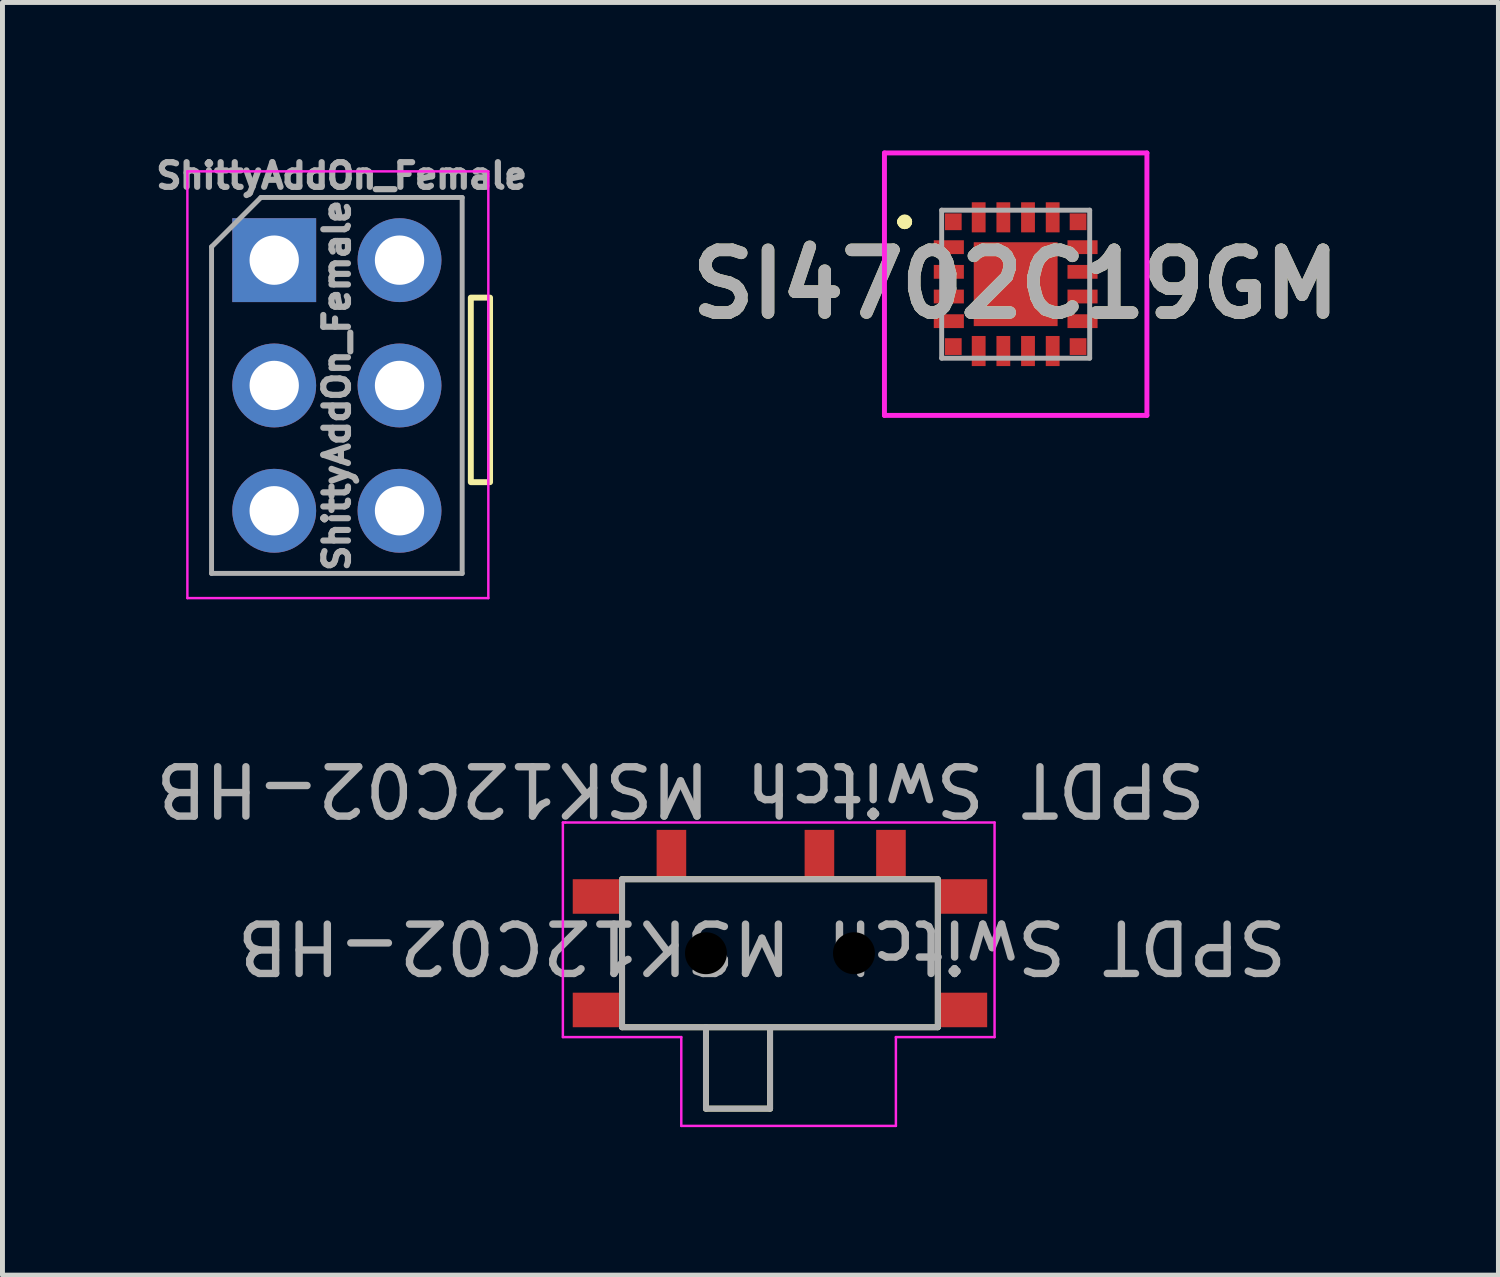
<source format=kicad_pcb>
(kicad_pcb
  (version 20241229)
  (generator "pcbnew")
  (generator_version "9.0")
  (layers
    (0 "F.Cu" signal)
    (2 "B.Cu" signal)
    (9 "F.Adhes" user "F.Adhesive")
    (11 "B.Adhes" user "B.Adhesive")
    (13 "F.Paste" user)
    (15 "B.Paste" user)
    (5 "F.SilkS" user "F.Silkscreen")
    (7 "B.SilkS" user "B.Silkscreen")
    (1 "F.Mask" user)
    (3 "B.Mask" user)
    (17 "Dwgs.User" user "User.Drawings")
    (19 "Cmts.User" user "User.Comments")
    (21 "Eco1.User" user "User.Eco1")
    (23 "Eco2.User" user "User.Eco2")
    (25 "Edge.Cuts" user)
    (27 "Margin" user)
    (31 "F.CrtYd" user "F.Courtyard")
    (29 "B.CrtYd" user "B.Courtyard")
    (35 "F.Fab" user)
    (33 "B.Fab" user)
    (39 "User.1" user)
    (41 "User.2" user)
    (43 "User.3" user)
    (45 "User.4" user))
  (footprint "SPDT Switch MSK12C02-HB"
    (layer "F.Cu")
    (at 12.759 16.271)
    (property "Reference" "SPDT Switch MSK12C02-HB" (at -0.365 -0.135 180) (unlocked yes) (layer "F.Fab") (effects (font (size 1 1) (thickness 0.15))))
    (attr smd)
    (fp_line (start -3.2 -1.5) (end 3.2 -1.5) (stroke (width 0.12) (type solid)) (layer "F.SilkS"))
    (fp_line (start -3.2 1.5) (end -3.2 -1.5) (stroke (width 0.12) (type solid)) (layer "F.SilkS"))
    (fp_line (start -1.5 3.15) (end -1.5 1.5) (stroke (width 0.12) (type solid)) (layer "F.SilkS"))
    (fp_line (start -0.2 1.55) (end -0.2 3.15) (stroke (width 0.12) (type solid)) (layer "F.SilkS"))
    (fp_line (start -0.2 3.15) (end -1.5 3.15) (stroke (width 0.12) (type solid)) (layer "F.SilkS"))
    (fp_line (start 3.2 -1.5) (end 3.2 1.5) (stroke (width 0.12) (type solid)) (layer "F.SilkS"))
    (fp_line (start 3.2 1.5) (end -3.2 1.5) (stroke (width 0.12) (type solid)) (layer "F.SilkS"))
    (fp_line (start -4.4 -2.65) (end -4.35 -2.65) (stroke (width 0.05) (type solid)) (layer "F.CrtYd"))
    (fp_line (start -4.4 1.7) (end -4.4 -2.65) (stroke (width 0.05) (type solid)) (layer "F.CrtYd"))
    (fp_line (start -4.35 -2.65) (end 4.35 -2.65) (stroke (width 0.05) (type solid)) (layer "F.CrtYd"))
    (fp_line (start -2 1.7) (end -4.4 1.7) (stroke (width 0.05) (type solid)) (layer "F.CrtYd"))
    (fp_line (start -2 3.5) (end -2 1.7) (stroke (width 0.05) (type solid)) (layer "F.CrtYd"))
    (fp_line (start 2.35 1.7) (end 2.35 3.5) (stroke (width 0.05) (type solid)) (layer "F.CrtYd"))
    (fp_line (start 2.35 3.5) (end -2 3.5) (stroke (width 0.05) (type solid)) (layer "F.CrtYd"))
    (fp_line (start 4.35 -2.65) (end 4.35 1.7) (stroke (width 0.05) (type solid)) (layer "F.CrtYd"))
    (fp_line (start 4.35 1.7) (end 2.35 1.7) (stroke (width 0.05) (type solid)) (layer "F.CrtYd"))
    (fp_line (start -3.2 -1.5) (end 3.2 -1.5) (stroke (width 0.12) (type solid)) (layer "F.Fab"))
    (fp_line (start -3.2 1.5) (end -3.2 -1.5) (stroke (width 0.12) (type solid)) (layer "F.Fab"))
    (fp_line (start -1.5 3.15) (end -1.5 1.5) (stroke (width 0.12) (type solid)) (layer "F.Fab"))
    (fp_line (start -0.2 1.55) (end -0.2 3.15) (stroke (width 0.12) (type solid)) (layer "F.Fab"))
    (fp_line (start -0.2 3.15) (end -1.5 3.15) (stroke (width 0.12) (type solid)) (layer "F.Fab"))
    (fp_line (start 3.2 -1.5) (end 3.2 1.5) (stroke (width 0.12) (type solid)) (layer "F.Fab"))
    (fp_line (start 3.2 1.5) (end -3.2 1.5) (stroke (width 0.12) (type solid)) (layer "F.Fab"))
    (fp_text user "${REFERENCE}" (at -2.015 -3.325 180) (unlocked yes) (layer "F.Fab") (effects (font (size 1 1) (thickness 0.15))))
    (pad "" np_thru_hole circle (at -1.5 0) (size 0.85 0.85) (drill 0.85) (layers "*.Mask"))
    (pad "" np_thru_hole circle (at 1.5 0) (size 0.85 0.85) (drill 0.85) (layers "*.Mask"))
    (pad "1" smd rect (at -2.2 -2) (size 0.6 1) (layers "F.Cu" "F.Mask" "F.Paste"))
    (pad "2" smd rect (at 0.8 -2) (size 0.6 1) (layers "F.Cu" "F.Mask" "F.Paste"))
    (pad "3" smd rect (at 2.25 -2) (size 0.6 1) (layers "F.Cu" "F.Mask" "F.Paste"))
    (pad "4" smd rect (at -3.7 -1.15) (size 1 0.7) (layers "F.Cu" "F.Mask" "F.Paste"))
    (pad "4" smd rect (at -3.7 1.15) (size 1 0.7) (layers "F.Cu" "F.Mask" "F.Paste"))
    (pad "4" smd rect (at 3.7 -1.15) (size 1 0.7) (layers "F.Cu" "F.Mask" "F.Paste"))
    (pad "4" smd rect (at 3.7 1.15) (size 1 0.7) (layers "F.Cu" "F.Mask" "F.Paste")))
  (footprint "ShittyAddOn_Female"
    (layer "F.Cu")
    (at 5.088 2.223)
    (property "Reference" "ShittyAddOn_Female" (at -1.213 -1.711 0) (layer "F.Fab") (effects (font (size 0.5 0.5) (thickness 0.15))))
    (attr through_hole)
    (fp_rect (start 1.795 0.76) (end 1.405 4.5) (stroke (width 0.12) (type solid)) (fill no) (layer "F.SilkS"))
    (fp_line (start -4.34 -1.8) (end -4.34 6.85) (stroke (width 0.05) (type solid)) (layer "F.CrtYd"))
    (fp_line (start -4.34 6.85) (end 1.76 6.85) (stroke (width 0.05) (type solid)) (layer "F.CrtYd"))
    (fp_line (start 1.76 -1.8) (end -4.34 -1.8) (stroke (width 0.05) (type solid)) (layer "F.CrtYd"))
    (fp_line (start 1.76 6.85) (end 1.76 -1.8) (stroke (width 0.05) (type solid)) (layer "F.CrtYd"))
    (fp_line (start -3.85 -0.27) (end -3.85 6.35) (stroke (width 0.1) (type solid)) (layer "F.Fab"))
    (fp_line (start -3.85 6.35) (end 1.23 6.35) (stroke (width 0.1) (type solid)) (layer "F.Fab"))
    (fp_line (start -2.85 -1.27) (end -3.85 -0.27) (stroke (width 0.1) (type solid)) (layer "F.Fab"))
    (fp_line (start 1.23 -1.27) (end -2.85 -1.27) (stroke (width 0.1) (type solid)) (layer "F.Fab"))
    (fp_line (start 1.23 6.35) (end 1.23 -1.27) (stroke (width 0.1) (type solid)) (layer "F.Fab"))
    (fp_text user "${REFERENCE}" (at -1.31 2.54 270) (layer "F.Fab") (effects (font (size 0.5 0.5) (thickness 0.15))))
    (pad "3V3" thru_hole oval (at -0.04 0) (size 1.7 1.7) (drill 1) (layers "*.Cu" "*.Mask"))
    (pad "GND" thru_hole rect (at -2.58 0) (size 1.7 1.7) (drill 1) (layers "*.Cu" "*.Mask"))
    (pad "GP1" thru_hole oval (at -0.04 5.08) (size 1.7 1.7) (drill 1) (layers "*.Cu" "*.Mask"))
    (pad "GP2" thru_hole oval (at -2.58 5.08) (size 1.7 1.7) (drill 1) (layers "*.Cu" "*.Mask"))
    (pad "SCL" thru_hole oval (at -2.58 2.54) (size 1.7 1.7) (drill 1) (layers "*.Cu" "*.Mask"))
    (pad "SDA" thru_hole oval (at -0.04 2.54) (size 1.7 1.7) (drill 1) (layers "*.Cu" "*.Mask")))
  (footprint "SI4702C19GM"
    (layer "F.Cu")
    (at 17.537 2.71)
    (property "Reference" "SI4702C19GM" (at 0 0 0) (layer "F.SilkS") (effects (font (size 1.27 1.27) (thickness 0.254))))
    (attr smd)
    (fp_line (start -2.3 -1.265) (end -2.3 -1.265) (stroke (width 0.2) (type solid)) (layer "F.SilkS"))
    (fp_line (start -2.3 -1.265) (end -2.3 -1.265) (stroke (width 0.2) (type solid)) (layer "F.SilkS"))
    (fp_line (start -2.2 -1.265) (end -2.2 -1.265) (stroke (width 0.2) (type solid)) (layer "F.SilkS"))
    (fp_arc (start -2.3 -1.265) (mid -2.25 -1.315) (end -2.2 -1.265) (stroke (width 0.2) (type solid)) (layer "F.SilkS"))
    (fp_arc (start -2.2 -1.265) (mid -2.25 -1.215) (end -2.3 -1.265) (stroke (width 0.2) (type solid)) (layer "F.SilkS"))
    (fp_arc (start -2.2 -1.265) (mid -2.25 -1.215) (end -2.3 -1.265) (stroke (width 0.2) (type solid)) (layer "F.SilkS"))
    (fp_line (start -2.66 -2.66) (end 2.66 -2.66) (stroke (width 0.1) (type solid)) (layer "F.CrtYd"))
    (fp_line (start -2.66 2.66) (end -2.66 -2.66) (stroke (width 0.1) (type solid)) (layer "F.CrtYd"))
    (fp_line (start 2.66 -2.66) (end 2.66 2.66) (stroke (width 0.1) (type solid)) (layer "F.CrtYd"))
    (fp_line (start 2.66 2.66) (end -2.66 2.66) (stroke (width 0.1) (type solid)) (layer "F.CrtYd"))
    (fp_line (start -1.5 -1.5) (end -1.5 1.5) (stroke (width 0.1) (type solid)) (layer "F.Fab"))
    (fp_line (start -1.5 1.5) (end 1.5 1.5) (stroke (width 0.1) (type solid)) (layer "F.Fab"))
    (fp_line (start 1.5 -1.5) (end -1.5 -1.5) (stroke (width 0.1) (type solid)) (layer "F.Fab"))
    (fp_line (start 1.5 1.5) (end 1.5 -1.5) (stroke (width 0.1) (type solid)) (layer "F.Fab"))
    (fp_text user "${REFERENCE}" (at 0 0 0) (layer "F.Fab") (effects (font (size 1.27 1.27) (thickness 0.254))))
    (pad "1" smd rect (at -1.265 -1.265 90) (size 0.34 0.34) (layers "F.Cu" "F.Mask" "F.Paste"))
    (pad "2" smd rect (at -1.355 -0.75 90) (size 0.28 0.61) (layers "F.Cu" "F.Mask" "F.Paste"))
    (pad "3" smd rect (at -1.355 -0.25 90) (size 0.28 0.61) (layers "F.Cu" "F.Mask" "F.Paste"))
    (pad "4" smd rect (at -1.355 0.25 90) (size 0.28 0.61) (layers "F.Cu" "F.Mask" "F.Paste"))
    (pad "5" smd rect (at -1.355 0.75 90) (size 0.28 0.61) (layers "F.Cu" "F.Mask" "F.Paste"))
    (pad "6" smd rect (at -1.265 1.265 90) (size 0.34 0.34) (layers "F.Cu" "F.Mask" "F.Paste"))
    (pad "7" smd rect (at -0.75 1.355) (size 0.28 0.61) (layers "F.Cu" "F.Mask" "F.Paste"))
    (pad "8" smd rect (at -0.25 1.355) (size 0.28 0.61) (layers "F.Cu" "F.Mask" "F.Paste"))
    (pad "9" smd rect (at 0.25 1.355) (size 0.28 0.61) (layers "F.Cu" "F.Mask" "F.Paste"))
    (pad "10" smd rect (at 0.75 1.355) (size 0.28 0.61) (layers "F.Cu" "F.Mask" "F.Paste"))
    (pad "11" smd rect (at 1.265 1.265 90) (size 0.34 0.34) (layers "F.Cu" "F.Mask" "F.Paste"))
    (pad "12" smd rect (at 1.355 0.75 90) (size 0.28 0.61) (layers "F.Cu" "F.Mask" "F.Paste"))
    (pad "13" smd rect (at 1.355 0.25 90) (size 0.28 0.61) (layers "F.Cu" "F.Mask" "F.Paste"))
    (pad "14" smd rect (at 1.355 -0.25 90) (size 0.28 0.61) (layers "F.Cu" "F.Mask" "F.Paste"))
    (pad "15" smd rect (at 1.355 -0.75 90) (size 0.28 0.61) (layers "F.Cu" "F.Mask" "F.Paste"))
    (pad "16" smd rect (at 1.265 -1.265 90) (size 0.34 0.34) (layers "F.Cu" "F.Mask" "F.Paste"))
    (pad "17" smd rect (at 0.75 -1.355) (size 0.28 0.61) (layers "F.Cu" "F.Mask" "F.Paste"))
    (pad "18" smd rect (at 0.25 -1.355) (size 0.28 0.61) (layers "F.Cu" "F.Mask" "F.Paste"))
    (pad "19" smd rect (at -0.25 -1.355) (size 0.28 0.61) (layers "F.Cu" "F.Mask" "F.Paste"))
    (pad "20" smd rect (at -0.75 -1.355) (size 0.28 0.61) (layers "F.Cu" "F.Mask" "F.Paste"))
    (pad "21" smd rect (at 0 0) (size 1.7 1.7) (layers "F.Cu" "F.Mask" "F.Paste")))
  (gr_rect
    (start -3 -3)
    (end 27.322 22.796)
    (stroke (width 0.1) (type default))
    (fill no)
    (layer "Edge.Cuts")))
</source>
